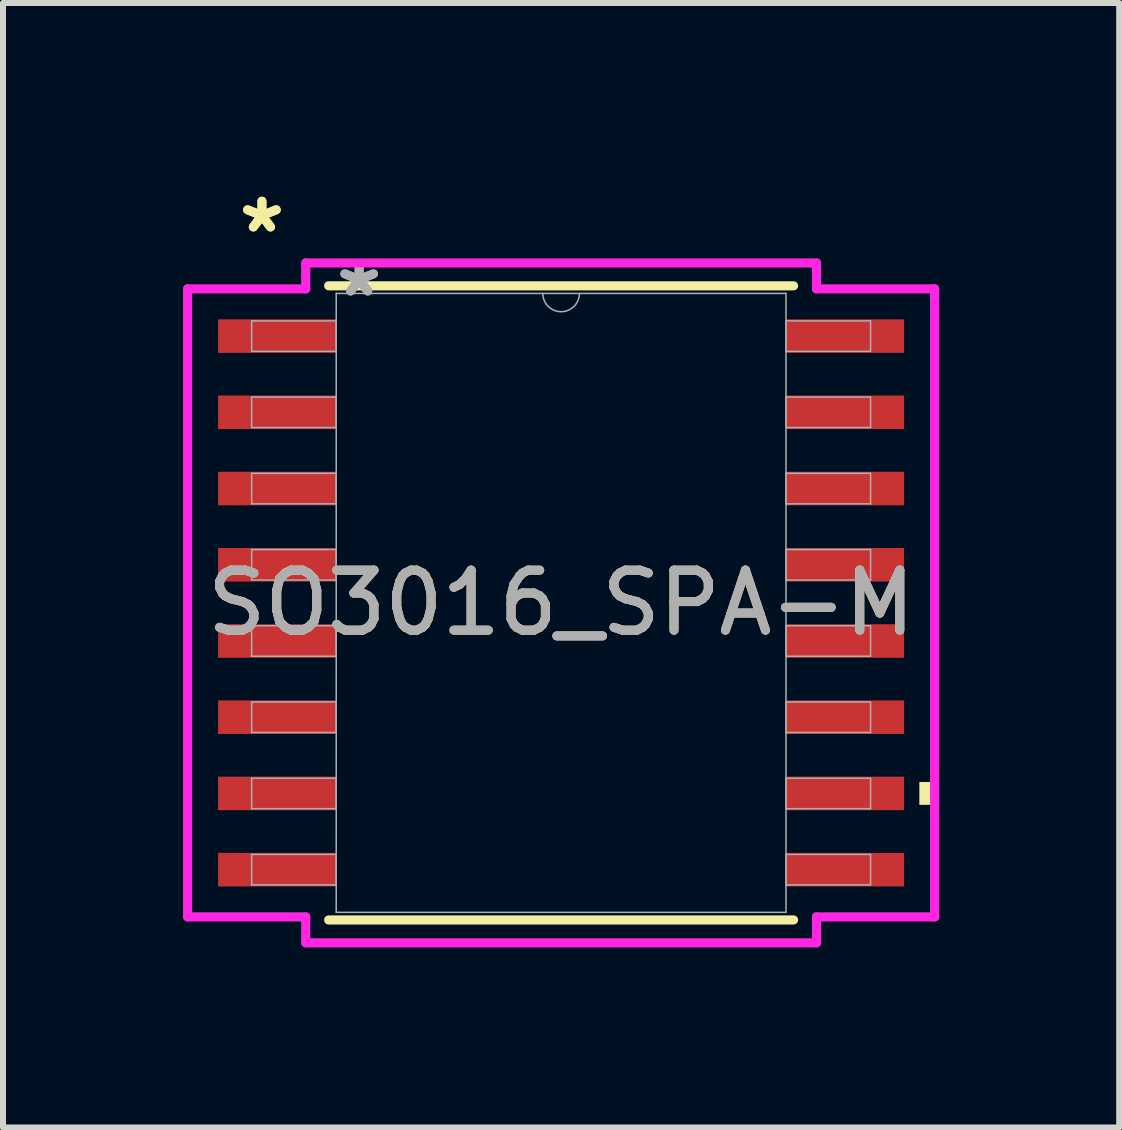
<source format=kicad_pcb>
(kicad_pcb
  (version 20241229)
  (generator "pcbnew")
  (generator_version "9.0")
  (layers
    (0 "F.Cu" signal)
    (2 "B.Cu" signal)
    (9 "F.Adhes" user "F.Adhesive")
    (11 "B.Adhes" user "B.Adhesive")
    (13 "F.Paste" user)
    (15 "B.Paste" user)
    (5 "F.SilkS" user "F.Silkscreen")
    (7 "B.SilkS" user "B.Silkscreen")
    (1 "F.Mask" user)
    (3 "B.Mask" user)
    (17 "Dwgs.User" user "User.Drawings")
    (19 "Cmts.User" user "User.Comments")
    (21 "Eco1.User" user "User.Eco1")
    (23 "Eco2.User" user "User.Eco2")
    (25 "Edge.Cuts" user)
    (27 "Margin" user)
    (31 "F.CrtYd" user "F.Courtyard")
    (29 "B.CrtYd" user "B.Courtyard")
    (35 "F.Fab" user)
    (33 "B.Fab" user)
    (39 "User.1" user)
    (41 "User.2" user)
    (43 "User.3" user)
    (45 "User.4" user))
  (footprint "SO3016_SPA-M"
    (layer "F.Cu")
    (at 6.299 6.995)
    (property "Reference" "SO3016_SPA-M" (at 0 0 0) (unlocked yes) (layer "F.SilkS") (effects (font (size 1 1) (thickness 0.15))))
    (attr smd)
    (fp_line (start -3.873 5.283) (end 3.873 5.283) (stroke (width 0.152) (type solid)) (layer "F.SilkS"))
    (fp_line (start 3.873 -5.283) (end -3.873 -5.283) (stroke (width 0.152) (type solid)) (layer "F.SilkS"))
    (fp_poly (pts (xy 6.223 2.985) (xy 6.223 3.365) (xy 5.969 3.365) (xy 5.969 2.985)) (stroke (width 0) (type solid)) (fill yes) (layer "F.SilkS"))
    (fp_line (start -6.223 -5.232) (end -4.255 -5.232) (stroke (width 0.152) (type solid)) (layer "F.CrtYd"))
    (fp_line (start -6.223 5.232) (end -6.223 -5.232) (stroke (width 0.152) (type solid)) (layer "F.CrtYd"))
    (fp_line (start -6.223 5.232) (end -4.255 5.232) (stroke (width 0.152) (type solid)) (layer "F.CrtYd"))
    (fp_line (start -4.255 -5.664) (end 4.255 -5.664) (stroke (width 0.152) (type solid)) (layer "F.CrtYd"))
    (fp_line (start -4.255 -5.232) (end -4.255 -5.664) (stroke (width 0.152) (type solid)) (layer "F.CrtYd"))
    (fp_line (start -4.255 5.664) (end -4.255 5.232) (stroke (width 0.152) (type solid)) (layer "F.CrtYd"))
    (fp_line (start 4.255 -5.664) (end 4.255 -5.232) (stroke (width 0.152) (type solid)) (layer "F.CrtYd"))
    (fp_line (start 4.255 5.232) (end 4.255 5.664) (stroke (width 0.152) (type solid)) (layer "F.CrtYd"))
    (fp_line (start 4.255 5.664) (end -4.255 5.664) (stroke (width 0.152) (type solid)) (layer "F.CrtYd"))
    (fp_line (start 6.223 -5.232) (end 4.255 -5.232) (stroke (width 0.152) (type solid)) (layer "F.CrtYd"))
    (fp_line (start 6.223 -5.232) (end 6.223 5.232) (stroke (width 0.152) (type solid)) (layer "F.CrtYd"))
    (fp_line (start 6.223 5.232) (end 4.255 5.232) (stroke (width 0.152) (type solid)) (layer "F.CrtYd"))
    (fp_line (start -5.156 -4.699) (end -5.156 -4.191) (stroke (width 0.025) (type solid)) (layer "F.Fab"))
    (fp_line (start -5.156 -4.191) (end -3.747 -4.191) (stroke (width 0.025) (type solid)) (layer "F.Fab"))
    (fp_line (start -5.156 -3.429) (end -5.156 -2.921) (stroke (width 0.025) (type solid)) (layer "F.Fab"))
    (fp_line (start -5.156 -2.921) (end -3.747 -2.921) (stroke (width 0.025) (type solid)) (layer "F.Fab"))
    (fp_line (start -5.156 -2.159) (end -5.156 -1.651) (stroke (width 0.025) (type solid)) (layer "F.Fab"))
    (fp_line (start -5.156 -1.651) (end -3.747 -1.651) (stroke (width 0.025) (type solid)) (layer "F.Fab"))
    (fp_line (start -5.156 -0.889) (end -5.156 -0.381) (stroke (width 0.025) (type solid)) (layer "F.Fab"))
    (fp_line (start -5.156 -0.381) (end -3.747 -0.381) (stroke (width 0.025) (type solid)) (layer "F.Fab"))
    (fp_line (start -5.156 0.381) (end -5.156 0.889) (stroke (width 0.025) (type solid)) (layer "F.Fab"))
    (fp_line (start -5.156 0.889) (end -3.747 0.889) (stroke (width 0.025) (type solid)) (layer "F.Fab"))
    (fp_line (start -5.156 1.651) (end -5.156 2.159) (stroke (width 0.025) (type solid)) (layer "F.Fab"))
    (fp_line (start -5.156 2.159) (end -3.747 2.159) (stroke (width 0.025) (type solid)) (layer "F.Fab"))
    (fp_line (start -5.156 2.921) (end -5.156 3.429) (stroke (width 0.025) (type solid)) (layer "F.Fab"))
    (fp_line (start -5.156 3.429) (end -3.747 3.429) (stroke (width 0.025) (type solid)) (layer "F.Fab"))
    (fp_line (start -5.156 4.191) (end -5.156 4.699) (stroke (width 0.025) (type solid)) (layer "F.Fab"))
    (fp_line (start -5.156 4.699) (end -3.747 4.699) (stroke (width 0.025) (type solid)) (layer "F.Fab"))
    (fp_line (start -3.747 -5.156) (end -3.747 5.156) (stroke (width 0.025) (type solid)) (layer "F.Fab"))
    (fp_line (start -3.747 -4.699) (end -5.156 -4.699) (stroke (width 0.025) (type solid)) (layer "F.Fab"))
    (fp_line (start -3.747 -4.191) (end -3.747 -4.699) (stroke (width 0.025) (type solid)) (layer "F.Fab"))
    (fp_line (start -3.747 -3.429) (end -5.156 -3.429) (stroke (width 0.025) (type solid)) (layer "F.Fab"))
    (fp_line (start -3.747 -2.921) (end -3.747 -3.429) (stroke (width 0.025) (type solid)) (layer "F.Fab"))
    (fp_line (start -3.747 -2.159) (end -5.156 -2.159) (stroke (width 0.025) (type solid)) (layer "F.Fab"))
    (fp_line (start -3.747 -1.651) (end -3.747 -2.159) (stroke (width 0.025) (type solid)) (layer "F.Fab"))
    (fp_line (start -3.747 -0.889) (end -5.156 -0.889) (stroke (width 0.025) (type solid)) (layer "F.Fab"))
    (fp_line (start -3.747 -0.381) (end -3.747 -0.889) (stroke (width 0.025) (type solid)) (layer "F.Fab"))
    (fp_line (start -3.747 0.381) (end -5.156 0.381) (stroke (width 0.025) (type solid)) (layer "F.Fab"))
    (fp_line (start -3.747 0.889) (end -3.747 0.381) (stroke (width 0.025) (type solid)) (layer "F.Fab"))
    (fp_line (start -3.747 1.651) (end -5.156 1.651) (stroke (width 0.025) (type solid)) (layer "F.Fab"))
    (fp_line (start -3.747 2.159) (end -3.747 1.651) (stroke (width 0.025) (type solid)) (layer "F.Fab"))
    (fp_line (start -3.747 2.921) (end -5.156 2.921) (stroke (width 0.025) (type solid)) (layer "F.Fab"))
    (fp_line (start -3.747 3.429) (end -3.747 2.921) (stroke (width 0.025) (type solid)) (layer "F.Fab"))
    (fp_line (start -3.747 4.191) (end -5.156 4.191) (stroke (width 0.025) (type solid)) (layer "F.Fab"))
    (fp_line (start -3.747 4.699) (end -3.747 4.191) (stroke (width 0.025) (type solid)) (layer "F.Fab"))
    (fp_line (start -3.747 5.156) (end 3.747 5.156) (stroke (width 0.025) (type solid)) (layer "F.Fab"))
    (fp_line (start 3.747 -5.156) (end -3.747 -5.156) (stroke (width 0.025) (type solid)) (layer "F.Fab"))
    (fp_line (start 3.747 -4.699) (end 3.747 -4.191) (stroke (width 0.025) (type solid)) (layer "F.Fab"))
    (fp_line (start 3.747 -4.191) (end 5.156 -4.191) (stroke (width 0.025) (type solid)) (layer "F.Fab"))
    (fp_line (start 3.747 -3.429) (end 3.747 -2.921) (stroke (width 0.025) (type solid)) (layer "F.Fab"))
    (fp_line (start 3.747 -2.921) (end 5.156 -2.921) (stroke (width 0.025) (type solid)) (layer "F.Fab"))
    (fp_line (start 3.747 -2.159) (end 3.747 -1.651) (stroke (width 0.025) (type solid)) (layer "F.Fab"))
    (fp_line (start 3.747 -1.651) (end 5.156 -1.651) (stroke (width 0.025) (type solid)) (layer "F.Fab"))
    (fp_line (start 3.747 -0.889) (end 3.747 -0.381) (stroke (width 0.025) (type solid)) (layer "F.Fab"))
    (fp_line (start 3.747 -0.381) (end 5.156 -0.381) (stroke (width 0.025) (type solid)) (layer "F.Fab"))
    (fp_line (start 3.747 0.381) (end 3.747 0.889) (stroke (width 0.025) (type solid)) (layer "F.Fab"))
    (fp_line (start 3.747 0.889) (end 5.156 0.889) (stroke (width 0.025) (type solid)) (layer "F.Fab"))
    (fp_line (start 3.747 1.651) (end 3.747 2.159) (stroke (width 0.025) (type solid)) (layer "F.Fab"))
    (fp_line (start 3.747 2.159) (end 5.156 2.159) (stroke (width 0.025) (type solid)) (layer "F.Fab"))
    (fp_line (start 3.747 2.921) (end 3.747 3.429) (stroke (width 0.025) (type solid)) (layer "F.Fab"))
    (fp_line (start 3.747 3.429) (end 5.156 3.429) (stroke (width 0.025) (type solid)) (layer "F.Fab"))
    (fp_line (start 3.747 4.191) (end 3.747 4.699) (stroke (width 0.025) (type solid)) (layer "F.Fab"))
    (fp_line (start 3.747 4.699) (end 5.156 4.699) (stroke (width 0.025) (type solid)) (layer "F.Fab"))
    (fp_line (start 3.747 5.156) (end 3.747 -5.156) (stroke (width 0.025) (type solid)) (layer "F.Fab"))
    (fp_line (start 5.156 -4.699) (end 3.747 -4.699) (stroke (width 0.025) (type solid)) (layer "F.Fab"))
    (fp_line (start 5.156 -4.191) (end 5.156 -4.699) (stroke (width 0.025) (type solid)) (layer "F.Fab"))
    (fp_line (start 5.156 -3.429) (end 3.747 -3.429) (stroke (width 0.025) (type solid)) (layer "F.Fab"))
    (fp_line (start 5.156 -2.921) (end 5.156 -3.429) (stroke (width 0.025) (type solid)) (layer "F.Fab"))
    (fp_line (start 5.156 -2.159) (end 3.747 -2.159) (stroke (width 0.025) (type solid)) (layer "F.Fab"))
    (fp_line (start 5.156 -1.651) (end 5.156 -2.159) (stroke (width 0.025) (type solid)) (layer "F.Fab"))
    (fp_line (start 5.156 -0.889) (end 3.747 -0.889) (stroke (width 0.025) (type solid)) (layer "F.Fab"))
    (fp_line (start 5.156 -0.381) (end 5.156 -0.889) (stroke (width 0.025) (type solid)) (layer "F.Fab"))
    (fp_line (start 5.156 0.381) (end 3.747 0.381) (stroke (width 0.025) (type solid)) (layer "F.Fab"))
    (fp_line (start 5.156 0.889) (end 5.156 0.381) (stroke (width 0.025) (type solid)) (layer "F.Fab"))
    (fp_line (start 5.156 1.651) (end 3.747 1.651) (stroke (width 0.025) (type solid)) (layer "F.Fab"))
    (fp_line (start 5.156 2.159) (end 5.156 1.651) (stroke (width 0.025) (type solid)) (layer "F.Fab"))
    (fp_line (start 5.156 2.921) (end 3.747 2.921) (stroke (width 0.025) (type solid)) (layer "F.Fab"))
    (fp_line (start 5.156 3.429) (end 5.156 2.921) (stroke (width 0.025) (type solid)) (layer "F.Fab"))
    (fp_line (start 5.156 4.191) (end 3.747 4.191) (stroke (width 0.025) (type solid)) (layer "F.Fab"))
    (fp_line (start 5.156 4.699) (end 5.156 4.191) (stroke (width 0.025) (type solid)) (layer "F.Fab"))
    (fp_arc (start 0.3048 -5.1562) (mid 0 -4.8514) (end -0.3048 -5.1562) (stroke (width 0.0254) (type solid)) (layer "F.Fab"))
    (fp_text user "*" (at -4.985 -6.147 0) (unlocked yes) (layer "F.SilkS") (effects (font (size 1 1) (thickness 0.15))))
    (fp_text user "*" (at -4.985 -6.147 0) (layer "F.SilkS") (effects (font (size 1 1) (thickness 0.15))))
    (fp_text user "*" (at -3.365 -5.08 0) (unlocked yes) (layer "F.Fab") (effects (font (size 1 1) (thickness 0.15))))
    (fp_text user "*" (at -3.365 -5.08 0) (layer "F.Fab") (effects (font (size 1 1) (thickness 0.15))))
    (fp_text user "${REFERENCE}" (at 0 0 0) (unlocked yes) (layer "F.Fab") (effects (font (size 1 1) (thickness 0.15))))
    (pad "1" smd rect (at -4.731 -4.445) (size 1.968 0.559) (layers "F.Cu" "F.Mask" "F.Paste"))
    (pad "2" smd rect (at -4.731 -3.175) (size 1.968 0.559) (layers "F.Cu" "F.Mask" "F.Paste"))
    (pad "3" smd rect (at -4.731 -1.905) (size 1.968 0.559) (layers "F.Cu" "F.Mask" "F.Paste"))
    (pad "4" smd rect (at -4.731 -0.635) (size 1.968 0.559) (layers "F.Cu" "F.Mask" "F.Paste"))
    (pad "5" smd rect (at -4.731 0.635) (size 1.968 0.559) (layers "F.Cu" "F.Mask" "F.Paste"))
    (pad "6" smd rect (at -4.731 1.905) (size 1.968 0.559) (layers "F.Cu" "F.Mask" "F.Paste"))
    (pad "7" smd rect (at -4.731 3.175) (size 1.968 0.559) (layers "F.Cu" "F.Mask" "F.Paste"))
    (pad "8" smd rect (at -4.731 4.445) (size 1.968 0.559) (layers "F.Cu" "F.Mask" "F.Paste"))
    (pad "9" smd rect (at 4.731 4.445) (size 1.968 0.559) (layers "F.Cu" "F.Mask" "F.Paste"))
    (pad "10" smd rect (at 4.731 3.175) (size 1.968 0.559) (layers "F.Cu" "F.Mask" "F.Paste"))
    (pad "11" smd rect (at 4.731 1.905) (size 1.968 0.559) (layers "F.Cu" "F.Mask" "F.Paste"))
    (pad "12" smd rect (at 4.731 0.635) (size 1.968 0.559) (layers "F.Cu" "F.Mask" "F.Paste"))
    (pad "13" smd rect (at 4.731 -0.635) (size 1.968 0.559) (layers "F.Cu" "F.Mask" "F.Paste"))
    (pad "14" smd rect (at 4.731 -1.905) (size 1.968 0.559) (layers "F.Cu" "F.Mask" "F.Paste"))
    (pad "15" smd rect (at 4.731 -3.175) (size 1.968 0.559) (layers "F.Cu" "F.Mask" "F.Paste"))
    (pad "16" smd rect (at 4.731 -4.445) (size 1.968 0.559) (layers "F.Cu" "F.Mask" "F.Paste")))
  (gr_rect
    (start -3 -3)
    (end 15.598 15.735)
    (stroke (width 0.1) (type default))
    (fill no)
    (layer "Edge.Cuts")))
</source>
